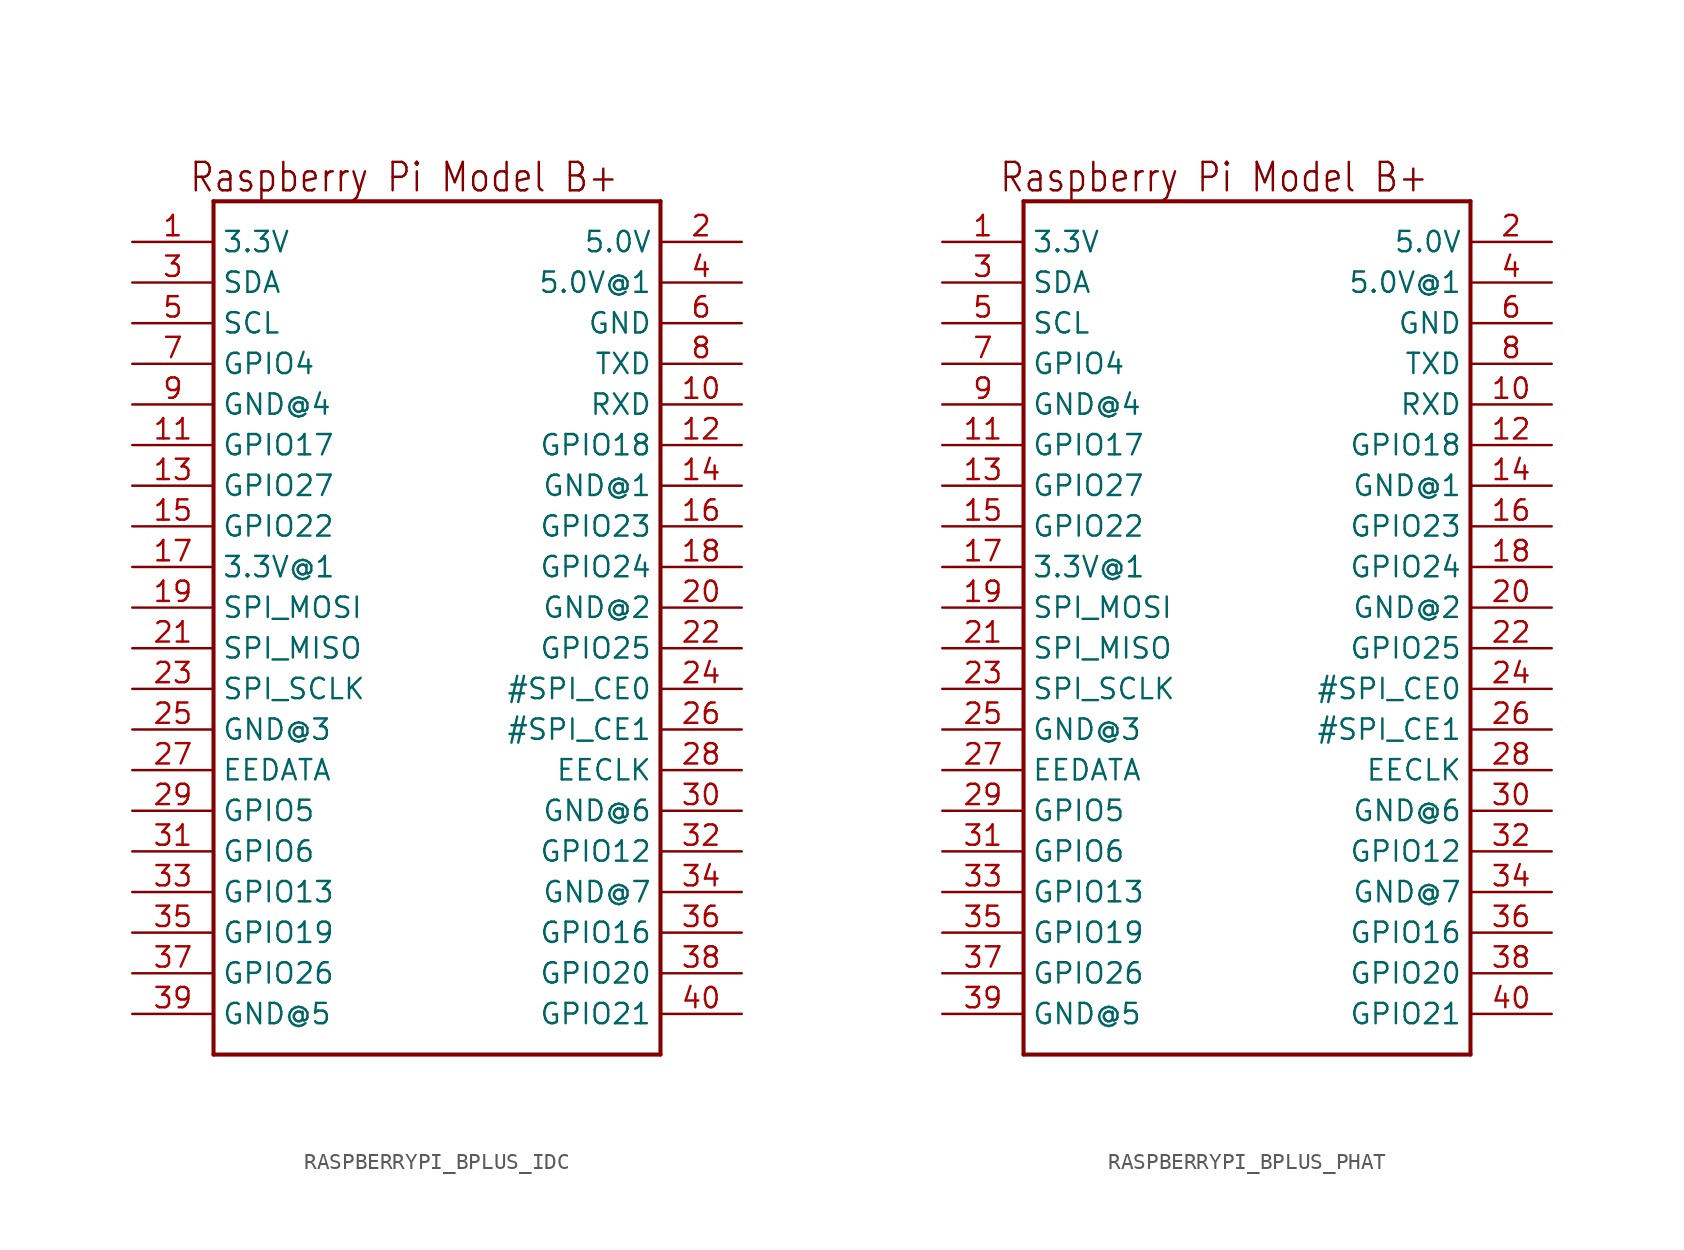
<source format=kicad_sym>
(kicad_symbol_lib
  (version 20211014)
  (generator kicad_symbol_editor)
  (symbol "RASPBERRYPI_BPLUS_IDC"
    (property "Reference" "RPI"
      (at 0 0 0)
      (effects (font (size 1.27 1.27)) hide))
    (property "ki_locked" ""
      (at 0 0 0)
      (effects (font (size 1.27 1.27))))
    (symbol "RASPBERRYPI_BPLUS_IDC_1_0"
      (polyline (pts (xy -12.7 -30.48) (xy -12.7 22.86)) (stroke (width 0.254) (type default) (color 0 0 0 0)) (fill (type none)))
      (polyline (pts (xy -12.7 22.86) (xy 15.24 22.86)) (stroke (width 0.254) (type default) (color 0 0 0 0)) (fill (type none)))
      (polyline (pts (xy 15.24 -30.48) (xy -12.7 -30.48)) (stroke (width 0.254) (type default) (color 0 0 0 0)) (fill (type none)))
      (polyline (pts (xy 15.24 22.86) (xy 15.24 -30.48)) (stroke (width 0.254) (type default) (color 0 0 0 0)) (fill (type none)))
      (text "Raspberry Pi Model B+" (at 12.7 25.4 0) (effects (font (size 1.778 1.511)) (justify right top)))
      (pin power_in line (at -17.78 20.32 0) (length 5.08) (name "3.3V" (effects (font (size 1.27 1.27)))) (number "1" (effects (font (size 1.27 1.27)))))
      (pin bidirectional line (at 20.32 10.16 180) (length 5.08) (name "RXD" (effects (font (size 1.27 1.27)))) (number "10" (effects (font (size 1.27 1.27)))))
      (pin bidirectional line (at -17.78 7.62 0) (length 5.08) (name "GPIO17" (effects (font (size 1.27 1.27)))) (number "11" (effects (font (size 1.27 1.27)))))
      (pin bidirectional line (at 20.32 7.62 180) (length 5.08) (name "GPIO18" (effects (font (size 1.27 1.27)))) (number "12" (effects (font (size 1.27 1.27)))))
      (pin bidirectional line (at -17.78 5.08 0) (length 5.08) (name "GPIO27" (effects (font (size 1.27 1.27)))) (number "13" (effects (font (size 1.27 1.27)))))
      (pin power_in line (at 20.32 5.08 180) (length 5.08) (name "GND@1" (effects (font (size 1.27 1.27)))) (number "14" (effects (font (size 1.27 1.27)))))
      (pin bidirectional line (at -17.78 2.54 0) (length 5.08) (name "GPIO22" (effects (font (size 1.27 1.27)))) (number "15" (effects (font (size 1.27 1.27)))))
      (pin bidirectional line (at 20.32 2.54 180) (length 5.08) (name "GPIO23" (effects (font (size 1.27 1.27)))) (number "16" (effects (font (size 1.27 1.27)))))
      (pin power_in line (at -17.78 0 0) (length 5.08) (name "3.3V@1" (effects (font (size 1.27 1.27)))) (number "17" (effects (font (size 1.27 1.27)))))
      (pin bidirectional line (at 20.32 0 180) (length 5.08) (name "GPIO24" (effects (font (size 1.27 1.27)))) (number "18" (effects (font (size 1.27 1.27)))))
      (pin bidirectional line (at -17.78 -2.54 0) (length 5.08) (name "SPI_MOSI" (effects (font (size 1.27 1.27)))) (number "19" (effects (font (size 1.27 1.27)))))
      (pin power_in line (at 20.32 20.32 180) (length 5.08) (name "5.0V" (effects (font (size 1.27 1.27)))) (number "2" (effects (font (size 1.27 1.27)))))
      (pin power_in line (at 20.32 -2.54 180) (length 5.08) (name "GND@2" (effects (font (size 1.27 1.27)))) (number "20" (effects (font (size 1.27 1.27)))))
      (pin bidirectional line (at -17.78 -5.08 0) (length 5.08) (name "SPI_MISO" (effects (font (size 1.27 1.27)))) (number "21" (effects (font (size 1.27 1.27)))))
      (pin bidirectional line (at 20.32 -5.08 180) (length 5.08) (name "GPIO25" (effects (font (size 1.27 1.27)))) (number "22" (effects (font (size 1.27 1.27)))))
      (pin bidirectional line (at -17.78 -7.62 0) (length 5.08) (name "SPI_SCLK" (effects (font (size 1.27 1.27)))) (number "23" (effects (font (size 1.27 1.27)))))
      (pin bidirectional line (at 20.32 -7.62 180) (length 5.08) (name "#SPI_CE0" (effects (font (size 1.27 1.27)))) (number "24" (effects (font (size 1.27 1.27)))))
      (pin power_in line (at -17.78 -10.16 0) (length 5.08) (name "GND@3" (effects (font (size 1.27 1.27)))) (number "25" (effects (font (size 1.27 1.27)))))
      (pin bidirectional line (at 20.32 -10.16 180) (length 5.08) (name "#SPI_CE1" (effects (font (size 1.27 1.27)))) (number "26" (effects (font (size 1.27 1.27)))))
      (pin bidirectional line (at -17.78 -12.7 0) (length 5.08) (name "EEDATA" (effects (font (size 1.27 1.27)))) (number "27" (effects (font (size 1.27 1.27)))))
      (pin bidirectional line (at 20.32 -12.7 180) (length 5.08) (name "EECLK" (effects (font (size 1.27 1.27)))) (number "28" (effects (font (size 1.27 1.27)))))
      (pin bidirectional line (at -17.78 -15.24 0) (length 5.08) (name "GPIO5" (effects (font (size 1.27 1.27)))) (number "29" (effects (font (size 1.27 1.27)))))
      (pin bidirectional line (at -17.78 17.78 0) (length 5.08) (name "SDA" (effects (font (size 1.27 1.27)))) (number "3" (effects (font (size 1.27 1.27)))))
      (pin power_in line (at 20.32 -15.24 180) (length 5.08) (name "GND@6" (effects (font (size 1.27 1.27)))) (number "30" (effects (font (size 1.27 1.27)))))
      (pin bidirectional line (at -17.78 -17.78 0) (length 5.08) (name "GPIO6" (effects (font (size 1.27 1.27)))) (number "31" (effects (font (size 1.27 1.27)))))
      (pin bidirectional line (at 20.32 -17.78 180) (length 5.08) (name "GPIO12" (effects (font (size 1.27 1.27)))) (number "32" (effects (font (size 1.27 1.27)))))
      (pin bidirectional line (at -17.78 -20.32 0) (length 5.08) (name "GPIO13" (effects (font (size 1.27 1.27)))) (number "33" (effects (font (size 1.27 1.27)))))
      (pin power_in line (at 20.32 -20.32 180) (length 5.08) (name "GND@7" (effects (font (size 1.27 1.27)))) (number "34" (effects (font (size 1.27 1.27)))))
      (pin bidirectional line (at -17.78 -22.86 0) (length 5.08) (name "GPIO19" (effects (font (size 1.27 1.27)))) (number "35" (effects (font (size 1.27 1.27)))))
      (pin bidirectional line (at 20.32 -22.86 180) (length 5.08) (name "GPIO16" (effects (font (size 1.27 1.27)))) (number "36" (effects (font (size 1.27 1.27)))))
      (pin bidirectional line (at -17.78 -25.4 0) (length 5.08) (name "GPIO26" (effects (font (size 1.27 1.27)))) (number "37" (effects (font (size 1.27 1.27)))))
      (pin bidirectional line (at 20.32 -25.4 180) (length 5.08) (name "GPIO20" (effects (font (size 1.27 1.27)))) (number "38" (effects (font (size 1.27 1.27)))))
      (pin power_in line (at -17.78 -27.94 0) (length 5.08) (name "GND@5" (effects (font (size 1.27 1.27)))) (number "39" (effects (font (size 1.27 1.27)))))
      (pin power_in line (at 20.32 17.78 180) (length 5.08) (name "5.0V@1" (effects (font (size 1.27 1.27)))) (number "4" (effects (font (size 1.27 1.27)))))
      (pin bidirectional line (at 20.32 -27.94 180) (length 5.08) (name "GPIO21" (effects (font (size 1.27 1.27)))) (number "40" (effects (font (size 1.27 1.27)))))
      (pin bidirectional line (at -17.78 15.24 0) (length 5.08) (name "SCL" (effects (font (size 1.27 1.27)))) (number "5" (effects (font (size 1.27 1.27)))))
      (pin power_in line (at 20.32 15.24 180) (length 5.08) (name "GND" (effects (font (size 1.27 1.27)))) (number "6" (effects (font (size 1.27 1.27)))))
      (pin bidirectional line (at -17.78 12.7 0) (length 5.08) (name "GPIO4" (effects (font (size 1.27 1.27)))) (number "7" (effects (font (size 1.27 1.27)))))
      (pin bidirectional line (at 20.32 12.7 180) (length 5.08) (name "TXD" (effects (font (size 1.27 1.27)))) (number "8" (effects (font (size 1.27 1.27)))))
      (pin power_in line (at -17.78 10.16 0) (length 5.08) (name "GND@4" (effects (font (size 1.27 1.27)))) (number "9" (effects (font (size 1.27 1.27)))))))
  (symbol "RASPBERRYPI_BPLUS_PHAT"
    (property "Reference" "RPI"
      (at 0 0 0)
      (effects (font (size 1.27 1.27)) hide))
    (property "ki_locked" ""
      (at 0 0 0)
      (effects (font (size 1.27 1.27))))
    (symbol "RASPBERRYPI_BPLUS_PHAT_1_0"
      (polyline (pts (xy -12.7 -30.48) (xy -12.7 22.86)) (stroke (width 0.254) (type default) (color 0 0 0 0)) (fill (type none)))
      (polyline (pts (xy -12.7 22.86) (xy 15.24 22.86)) (stroke (width 0.254) (type default) (color 0 0 0 0)) (fill (type none)))
      (polyline (pts (xy 15.24 -30.48) (xy -12.7 -30.48)) (stroke (width 0.254) (type default) (color 0 0 0 0)) (fill (type none)))
      (polyline (pts (xy 15.24 22.86) (xy 15.24 -30.48)) (stroke (width 0.254) (type default) (color 0 0 0 0)) (fill (type none)))
      (text "Raspberry Pi Model B+" (at 12.7 25.4 0) (effects (font (size 1.778 1.511)) (justify right top)))
      (pin power_in line (at -17.78 20.32 0) (length 5.08) (name "3.3V" (effects (font (size 1.27 1.27)))) (number "1" (effects (font (size 1.27 1.27)))))
      (pin bidirectional line (at 20.32 10.16 180) (length 5.08) (name "RXD" (effects (font (size 1.27 1.27)))) (number "10" (effects (font (size 1.27 1.27)))))
      (pin bidirectional line (at -17.78 7.62 0) (length 5.08) (name "GPIO17" (effects (font (size 1.27 1.27)))) (number "11" (effects (font (size 1.27 1.27)))))
      (pin bidirectional line (at 20.32 7.62 180) (length 5.08) (name "GPIO18" (effects (font (size 1.27 1.27)))) (number "12" (effects (font (size 1.27 1.27)))))
      (pin bidirectional line (at -17.78 5.08 0) (length 5.08) (name "GPIO27" (effects (font (size 1.27 1.27)))) (number "13" (effects (font (size 1.27 1.27)))))
      (pin power_in line (at 20.32 5.08 180) (length 5.08) (name "GND@1" (effects (font (size 1.27 1.27)))) (number "14" (effects (font (size 1.27 1.27)))))
      (pin bidirectional line (at -17.78 2.54 0) (length 5.08) (name "GPIO22" (effects (font (size 1.27 1.27)))) (number "15" (effects (font (size 1.27 1.27)))))
      (pin bidirectional line (at 20.32 2.54 180) (length 5.08) (name "GPIO23" (effects (font (size 1.27 1.27)))) (number "16" (effects (font (size 1.27 1.27)))))
      (pin power_in line (at -17.78 0 0) (length 5.08) (name "3.3V@1" (effects (font (size 1.27 1.27)))) (number "17" (effects (font (size 1.27 1.27)))))
      (pin bidirectional line (at 20.32 0 180) (length 5.08) (name "GPIO24" (effects (font (size 1.27 1.27)))) (number "18" (effects (font (size 1.27 1.27)))))
      (pin bidirectional line (at -17.78 -2.54 0) (length 5.08) (name "SPI_MOSI" (effects (font (size 1.27 1.27)))) (number "19" (effects (font (size 1.27 1.27)))))
      (pin power_in line (at 20.32 20.32 180) (length 5.08) (name "5.0V" (effects (font (size 1.27 1.27)))) (number "2" (effects (font (size 1.27 1.27)))))
      (pin power_in line (at 20.32 -2.54 180) (length 5.08) (name "GND@2" (effects (font (size 1.27 1.27)))) (number "20" (effects (font (size 1.27 1.27)))))
      (pin bidirectional line (at -17.78 -5.08 0) (length 5.08) (name "SPI_MISO" (effects (font (size 1.27 1.27)))) (number "21" (effects (font (size 1.27 1.27)))))
      (pin bidirectional line (at 20.32 -5.08 180) (length 5.08) (name "GPIO25" (effects (font (size 1.27 1.27)))) (number "22" (effects (font (size 1.27 1.27)))))
      (pin bidirectional line (at -17.78 -7.62 0) (length 5.08) (name "SPI_SCLK" (effects (font (size 1.27 1.27)))) (number "23" (effects (font (size 1.27 1.27)))))
      (pin bidirectional line (at 20.32 -7.62 180) (length 5.08) (name "#SPI_CE0" (effects (font (size 1.27 1.27)))) (number "24" (effects (font (size 1.27 1.27)))))
      (pin power_in line (at -17.78 -10.16 0) (length 5.08) (name "GND@3" (effects (font (size 1.27 1.27)))) (number "25" (effects (font (size 1.27 1.27)))))
      (pin bidirectional line (at 20.32 -10.16 180) (length 5.08) (name "#SPI_CE1" (effects (font (size 1.27 1.27)))) (number "26" (effects (font (size 1.27 1.27)))))
      (pin bidirectional line (at -17.78 -12.7 0) (length 5.08) (name "EEDATA" (effects (font (size 1.27 1.27)))) (number "27" (effects (font (size 1.27 1.27)))))
      (pin bidirectional line (at 20.32 -12.7 180) (length 5.08) (name "EECLK" (effects (font (size 1.27 1.27)))) (number "28" (effects (font (size 1.27 1.27)))))
      (pin bidirectional line (at -17.78 -15.24 0) (length 5.08) (name "GPIO5" (effects (font (size 1.27 1.27)))) (number "29" (effects (font (size 1.27 1.27)))))
      (pin bidirectional line (at -17.78 17.78 0) (length 5.08) (name "SDA" (effects (font (size 1.27 1.27)))) (number "3" (effects (font (size 1.27 1.27)))))
      (pin power_in line (at 20.32 -15.24 180) (length 5.08) (name "GND@6" (effects (font (size 1.27 1.27)))) (number "30" (effects (font (size 1.27 1.27)))))
      (pin bidirectional line (at -17.78 -17.78 0) (length 5.08) (name "GPIO6" (effects (font (size 1.27 1.27)))) (number "31" (effects (font (size 1.27 1.27)))))
      (pin bidirectional line (at 20.32 -17.78 180) (length 5.08) (name "GPIO12" (effects (font (size 1.27 1.27)))) (number "32" (effects (font (size 1.27 1.27)))))
      (pin bidirectional line (at -17.78 -20.32 0) (length 5.08) (name "GPIO13" (effects (font (size 1.27 1.27)))) (number "33" (effects (font (size 1.27 1.27)))))
      (pin power_in line (at 20.32 -20.32 180) (length 5.08) (name "GND@7" (effects (font (size 1.27 1.27)))) (number "34" (effects (font (size 1.27 1.27)))))
      (pin bidirectional line (at -17.78 -22.86 0) (length 5.08) (name "GPIO19" (effects (font (size 1.27 1.27)))) (number "35" (effects (font (size 1.27 1.27)))))
      (pin bidirectional line (at 20.32 -22.86 180) (length 5.08) (name "GPIO16" (effects (font (size 1.27 1.27)))) (number "36" (effects (font (size 1.27 1.27)))))
      (pin bidirectional line (at -17.78 -25.4 0) (length 5.08) (name "GPIO26" (effects (font (size 1.27 1.27)))) (number "37" (effects (font (size 1.27 1.27)))))
      (pin bidirectional line (at 20.32 -25.4 180) (length 5.08) (name "GPIO20" (effects (font (size 1.27 1.27)))) (number "38" (effects (font (size 1.27 1.27)))))
      (pin power_in line (at -17.78 -27.94 0) (length 5.08) (name "GND@5" (effects (font (size 1.27 1.27)))) (number "39" (effects (font (size 1.27 1.27)))))
      (pin power_in line (at 20.32 17.78 180) (length 5.08) (name "5.0V@1" (effects (font (size 1.27 1.27)))) (number "4" (effects (font (size 1.27 1.27)))))
      (pin bidirectional line (at 20.32 -27.94 180) (length 5.08) (name "GPIO21" (effects (font (size 1.27 1.27)))) (number "40" (effects (font (size 1.27 1.27)))))
      (pin bidirectional line (at -17.78 15.24 0) (length 5.08) (name "SCL" (effects (font (size 1.27 1.27)))) (number "5" (effects (font (size 1.27 1.27)))))
      (pin power_in line (at 20.32 15.24 180) (length 5.08) (name "GND" (effects (font (size 1.27 1.27)))) (number "6" (effects (font (size 1.27 1.27)))))
      (pin bidirectional line (at -17.78 12.7 0) (length 5.08) (name "GPIO4" (effects (font (size 1.27 1.27)))) (number "7" (effects (font (size 1.27 1.27)))))
      (pin bidirectional line (at 20.32 12.7 180) (length 5.08) (name "TXD" (effects (font (size 1.27 1.27)))) (number "8" (effects (font (size 1.27 1.27)))))
      (pin power_in line (at -17.78 10.16 0) (length 5.08) (name "GND@4" (effects (font (size 1.27 1.27)))) (number "9" (effects (font (size 1.27 1.27))))))))
</source>
